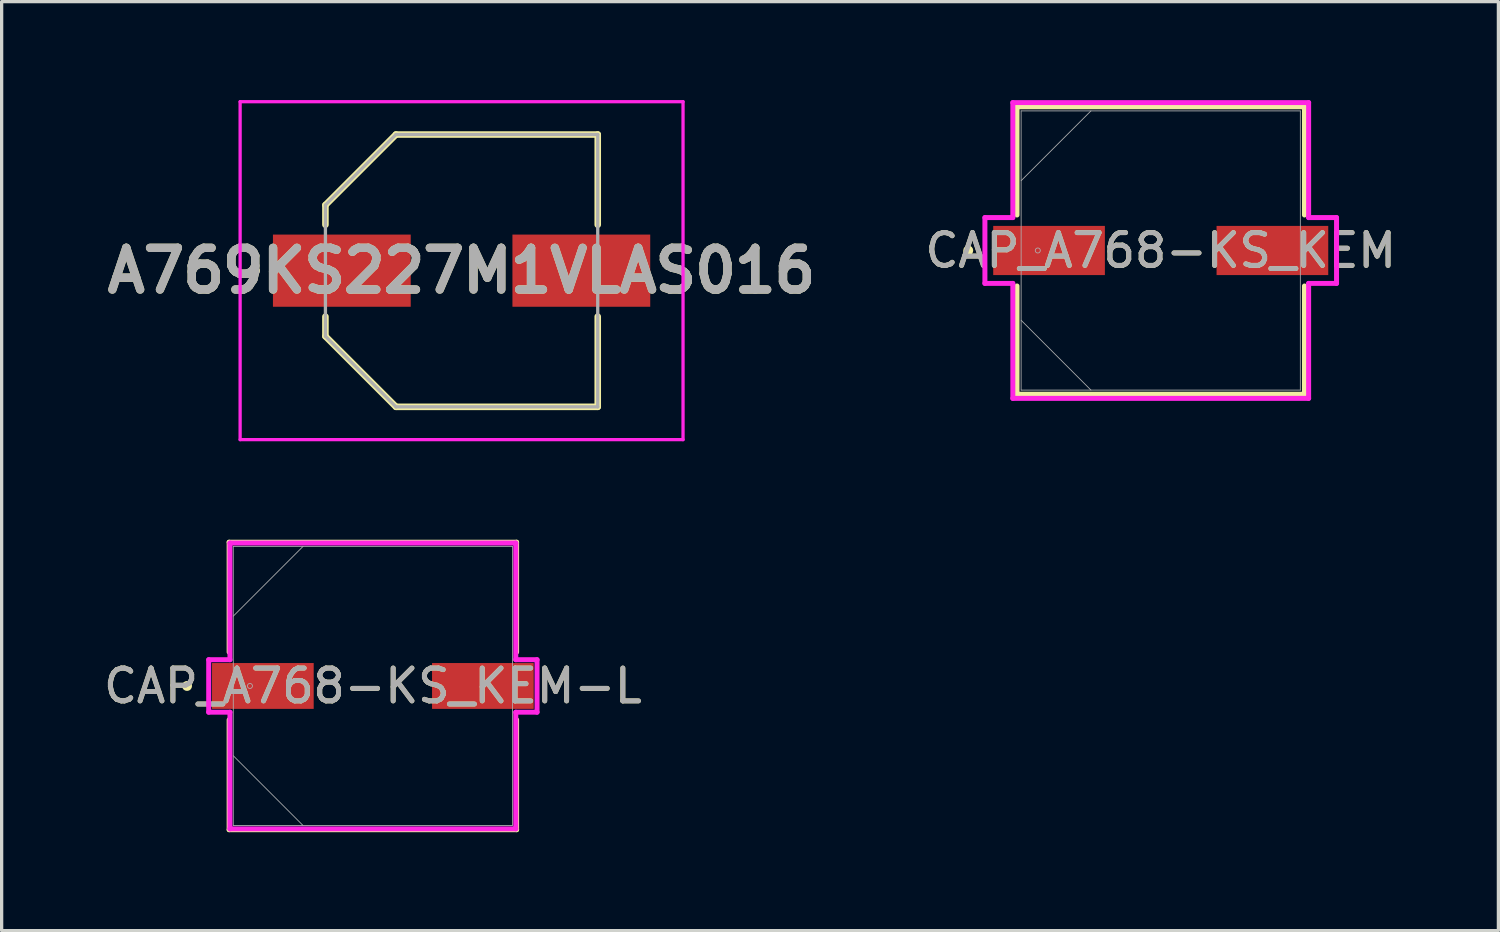
<source format=kicad_pcb>
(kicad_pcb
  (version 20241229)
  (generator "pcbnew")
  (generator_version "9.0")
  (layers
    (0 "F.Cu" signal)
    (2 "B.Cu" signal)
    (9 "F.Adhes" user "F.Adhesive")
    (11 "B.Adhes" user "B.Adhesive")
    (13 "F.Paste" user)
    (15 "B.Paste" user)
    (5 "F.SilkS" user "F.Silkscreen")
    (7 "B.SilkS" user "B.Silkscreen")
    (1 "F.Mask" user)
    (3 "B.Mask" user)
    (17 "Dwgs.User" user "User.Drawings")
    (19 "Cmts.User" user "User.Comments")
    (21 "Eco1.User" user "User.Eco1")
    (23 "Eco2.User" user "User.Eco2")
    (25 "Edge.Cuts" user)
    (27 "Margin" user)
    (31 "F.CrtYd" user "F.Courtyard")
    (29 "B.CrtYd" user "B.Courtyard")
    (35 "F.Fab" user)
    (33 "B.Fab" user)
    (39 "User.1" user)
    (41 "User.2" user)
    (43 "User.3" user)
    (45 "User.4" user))
  (footprint "CAP_A768-KS_KEM"
    (layer "F.Cu")
    (at 32.329 4.585)
    (property "Reference" "CAP_A768-KS_KEM" (at 0 0 0) (unlocked yes) (layer "F.SilkS") (effects (font (size 1 1) (thickness 0.15))))
    (attr smd)
    (fp_line (start -4.381 -4.381) (end -4.381 -1.082) (stroke (width 0.152) (type solid)) (layer "F.SilkS"))
    (fp_line (start -4.381 1.082) (end -4.381 4.381) (stroke (width 0.152) (type solid)) (layer "F.SilkS"))
    (fp_line (start -4.381 4.381) (end 4.381 4.381) (stroke (width 0.152) (type solid)) (layer "F.SilkS"))
    (fp_line (start 4.381 -4.381) (end -4.381 -4.381) (stroke (width 0.152) (type solid)) (layer "F.SilkS"))
    (fp_line (start 4.381 -1.082) (end 4.381 -4.381) (stroke (width 0.152) (type solid)) (layer "F.SilkS"))
    (fp_line (start 4.381 4.381) (end 4.381 1.082) (stroke (width 0.152) (type solid)) (layer "F.SilkS"))
    (fp_circle (center -5.867 0) (end -5.791 0) (stroke (width 0.152) (type solid)) (fill no) (layer "F.SilkS"))
    (fp_line (start -5.359 -1.003) (end -4.508 -1.003) (stroke (width 0.152) (type solid)) (layer "F.CrtYd"))
    (fp_line (start -5.359 1.003) (end -5.359 -1.003) (stroke (width 0.152) (type solid)) (layer "F.CrtYd"))
    (fp_line (start -4.508 -4.508) (end 4.508 -4.508) (stroke (width 0.152) (type solid)) (layer "F.CrtYd"))
    (fp_line (start -4.508 -1.003) (end -4.508 -4.508) (stroke (width 0.152) (type solid)) (layer "F.CrtYd"))
    (fp_line (start -4.508 1.003) (end -5.359 1.003) (stroke (width 0.152) (type solid)) (layer "F.CrtYd"))
    (fp_line (start -4.508 4.508) (end -4.508 1.003) (stroke (width 0.152) (type solid)) (layer "F.CrtYd"))
    (fp_line (start 4.508 -4.508) (end 4.508 -1.003) (stroke (width 0.152) (type solid)) (layer "F.CrtYd"))
    (fp_line (start 4.508 -1.003) (end 5.359 -1.003) (stroke (width 0.152) (type solid)) (layer "F.CrtYd"))
    (fp_line (start 4.508 1.003) (end 4.508 4.508) (stroke (width 0.152) (type solid)) (layer "F.CrtYd"))
    (fp_line (start 4.508 4.508) (end -4.508 4.508) (stroke (width 0.152) (type solid)) (layer "F.CrtYd"))
    (fp_line (start 5.359 -1.003) (end 5.359 1.003) (stroke (width 0.152) (type solid)) (layer "F.CrtYd"))
    (fp_line (start 5.359 1.003) (end 4.508 1.003) (stroke (width 0.152) (type solid)) (layer "F.CrtYd"))
    (fp_line (start -4.255 -4.255) (end -4.255 4.255) (stroke (width 0.025) (type solid)) (layer "F.Fab"))
    (fp_line (start -4.255 -2.127) (end -2.127 -4.255) (stroke (width 0.025) (type solid)) (layer "F.Fab"))
    (fp_line (start -4.255 2.127) (end -2.127 4.255) (stroke (width 0.025) (type solid)) (layer "F.Fab"))
    (fp_line (start -4.255 4.255) (end 4.255 4.255) (stroke (width 0.025) (type solid)) (layer "F.Fab"))
    (fp_line (start 4.255 -4.255) (end -4.255 -4.255) (stroke (width 0.025) (type solid)) (layer "F.Fab"))
    (fp_line (start 4.255 4.255) (end 4.255 -4.255) (stroke (width 0.025) (type solid)) (layer "F.Fab"))
    (fp_circle (center -3.747 0) (end -3.67 0) (stroke (width 0.025) (type solid)) (fill no) (layer "F.Fab"))
    (fp_text user "${REFERENCE}" (at 0 0 0) (unlocked yes) (layer "F.Fab") (effects (font (size 1 1) (thickness 0.15))))
    (pad "1" smd rect (at -3.404 0) (size 3.404 1.499) (layers "F.Cu" "F.Mask" "F.Paste"))
    (pad "2" smd rect (at 3.404 0) (size 3.404 1.499) (layers "F.Cu" "F.Mask" "F.Paste"))
    (zone (net_name "") (layer "F.Cu") (hatch full 0.508) (connect_pads) (min_thickness 0.254) (filled_areas_thickness no) (keepout (tracks not_allowed) (vias not_allowed) (pads allowed) (copperpour not_allowed) (footprints allowed)) (placement (enabled no)) (fill) (polygon (pts (xy 28.125 0.381) (xy 36.533 0.381) (xy 36.533 3.785) (xy 28.125 3.785))))
    (zone (net_name "") (layer "F.Cu") (hatch full 0.508) (connect_pads) (min_thickness 0.254) (filled_areas_thickness no) (keepout (tracks not_allowed) (vias not_allowed) (pads allowed) (copperpour not_allowed) (footprints allowed)) (placement (enabled no)) (fill) (polygon (pts (xy 28.125 5.385) (xy 36.533 5.385) (xy 36.533 8.788) (xy 28.125 8.788))))
    (zone (net_name "") (layer "F.Cu") (hatch full 0.508) (connect_pads) (min_thickness 0.254) (filled_areas_thickness no) (keepout (tracks not_allowed) (vias not_allowed) (pads allowed) (copperpour not_allowed) (footprints allowed)) (placement (enabled no)) (fill) (polygon (pts (xy 30.678 3.785) (xy 33.98 3.785) (xy 33.98 5.385) (xy 30.678 5.385)))))
  (footprint "A769KS227M1VLAS016"
    (layer "F.Cu")
    (at 11.019 5.2)
    (property "Reference" "A769KS227M1VLAS016" (at 0 0 0) (layer "F.SilkS") (effects (font (size 1.27 1.27) (thickness 0.254))))
    (attr smd)
    (fp_line (start -6.3 0) (end -6.3 0) (stroke (width 0.1) (type solid)) (layer "F.SilkS"))
    (fp_line (start -6.2 0) (end -6.2 0) (stroke (width 0.1) (type solid)) (layer "F.SilkS"))
    (fp_line (start -4.15 -2) (end -4.15 -1.4) (stroke (width 0.2) (type solid)) (layer "F.SilkS"))
    (fp_line (start -4.15 2) (end -4.15 1.4) (stroke (width 0.2) (type solid)) (layer "F.SilkS"))
    (fp_line (start -2 -4.15) (end -4.15 -2) (stroke (width 0.2) (type solid)) (layer "F.SilkS"))
    (fp_line (start -2 4.15) (end -4.15 2) (stroke (width 0.2) (type solid)) (layer "F.SilkS"))
    (fp_line (start 4.15 -4.15) (end -2 -4.15) (stroke (width 0.2) (type solid)) (layer "F.SilkS"))
    (fp_line (start 4.15 -1.4) (end 4.15 -4.15) (stroke (width 0.2) (type solid)) (layer "F.SilkS"))
    (fp_line (start 4.15 1.4) (end 4.15 4.15) (stroke (width 0.2) (type solid)) (layer "F.SilkS"))
    (fp_line (start 4.15 4.15) (end -2 4.15) (stroke (width 0.2) (type solid)) (layer "F.SilkS"))
    (fp_arc (start -6.3 0) (mid -6.25 -0.05) (end -6.2 0) (stroke (width 0.1) (type solid)) (layer "F.SilkS"))
    (fp_arc (start -6.2 0) (mid -6.25 0.05) (end -6.3 0) (stroke (width 0.1) (type solid)) (layer "F.SilkS"))
    (fp_line (start -6.75 -5.15) (end 6.75 -5.15) (stroke (width 0.1) (type solid)) (layer "F.CrtYd"))
    (fp_line (start -6.75 5.15) (end -6.75 -5.15) (stroke (width 0.1) (type solid)) (layer "F.CrtYd"))
    (fp_line (start 6.75 -5.15) (end 6.75 5.15) (stroke (width 0.1) (type solid)) (layer "F.CrtYd"))
    (fp_line (start 6.75 5.15) (end -6.75 5.15) (stroke (width 0.1) (type solid)) (layer "F.CrtYd"))
    (fp_line (start -4.15 -2) (end -2 -4.15) (stroke (width 0.1) (type solid)) (layer "F.Fab"))
    (fp_line (start -4.15 2) (end -4.15 -2) (stroke (width 0.1) (type solid)) (layer "F.Fab"))
    (fp_line (start -2 -4.15) (end 4.15 -4.15) (stroke (width 0.1) (type solid)) (layer "F.Fab"))
    (fp_line (start -2 4.15) (end -4.15 2) (stroke (width 0.1) (type solid)) (layer "F.Fab"))
    (fp_line (start 4.15 -4.15) (end 4.15 4.15) (stroke (width 0.1) (type solid)) (layer "F.Fab"))
    (fp_line (start 4.15 4.15) (end -2 4.15) (stroke (width 0.1) (type solid)) (layer "F.Fab"))
    (fp_text user "${REFERENCE}" (at 0 0 0) (layer "F.Fab") (effects (font (size 1.27 1.27) (thickness 0.254))))
    (pad "1" smd rect (at -3.65 0 90) (size 2.2 4.2) (layers "F.Cu" "F.Mask" "F.Paste"))
    (pad "2" smd rect (at 3.65 0 90) (size 2.2 4.2) (layers "F.Cu" "F.Mask" "F.Paste")))
  (footprint "CAP_A768-KS_KEM-L"
    (layer "F.Cu")
    (at 8.315 17.858)
    (property "Reference" "CAP_A768-KS_KEM-L" (at 0 0 0) (unlocked yes) (layer "F.SilkS") (effects (font (size 1 1) (thickness 0.15))))
    (attr smd)
    (fp_line (start -4.381 -4.381) (end -4.381 -1.031) (stroke (width 0.152) (type solid)) (layer "F.SilkS"))
    (fp_line (start -4.381 1.031) (end -4.381 4.381) (stroke (width 0.152) (type solid)) (layer "F.SilkS"))
    (fp_line (start -4.381 4.381) (end 4.381 4.381) (stroke (width 0.152) (type solid)) (layer "F.SilkS"))
    (fp_line (start 4.381 -4.381) (end -4.381 -4.381) (stroke (width 0.152) (type solid)) (layer "F.SilkS"))
    (fp_line (start 4.381 -1.031) (end 4.381 -4.381) (stroke (width 0.152) (type solid)) (layer "F.SilkS"))
    (fp_line (start 4.381 4.381) (end 4.381 1.031) (stroke (width 0.152) (type solid)) (layer "F.SilkS"))
    (fp_circle (center -5.664 0) (end -5.588 0) (stroke (width 0.152) (type solid)) (fill no) (layer "F.SilkS"))
    (fp_line (start -5.004 -0.8) (end -4.356 -0.8) (stroke (width 0.152) (type solid)) (layer "F.CrtYd"))
    (fp_line (start -5.004 0.8) (end -5.004 -0.8) (stroke (width 0.152) (type solid)) (layer "F.CrtYd"))
    (fp_line (start -4.356 -4.356) (end 4.356 -4.356) (stroke (width 0.152) (type solid)) (layer "F.CrtYd"))
    (fp_line (start -4.356 -0.8) (end -4.356 -4.356) (stroke (width 0.152) (type solid)) (layer "F.CrtYd"))
    (fp_line (start -4.356 0.8) (end -5.004 0.8) (stroke (width 0.152) (type solid)) (layer "F.CrtYd"))
    (fp_line (start -4.356 4.356) (end -4.356 0.8) (stroke (width 0.152) (type solid)) (layer "F.CrtYd"))
    (fp_line (start 4.356 -4.356) (end 4.356 -0.8) (stroke (width 0.152) (type solid)) (layer "F.CrtYd"))
    (fp_line (start 4.356 -0.8) (end 5.004 -0.8) (stroke (width 0.152) (type solid)) (layer "F.CrtYd"))
    (fp_line (start 4.356 0.8) (end 4.356 4.356) (stroke (width 0.152) (type solid)) (layer "F.CrtYd"))
    (fp_line (start 4.356 4.356) (end -4.356 4.356) (stroke (width 0.152) (type solid)) (layer "F.CrtYd"))
    (fp_line (start 5.004 -0.8) (end 5.004 0.8) (stroke (width 0.152) (type solid)) (layer "F.CrtYd"))
    (fp_line (start 5.004 0.8) (end 4.356 0.8) (stroke (width 0.152) (type solid)) (layer "F.CrtYd"))
    (fp_line (start -4.255 -4.255) (end -4.255 4.255) (stroke (width 0.025) (type solid)) (layer "F.Fab"))
    (fp_line (start -4.255 -2.127) (end -2.127 -4.255) (stroke (width 0.025) (type solid)) (layer "F.Fab"))
    (fp_line (start -4.255 2.127) (end -2.127 4.255) (stroke (width 0.025) (type solid)) (layer "F.Fab"))
    (fp_line (start -4.255 4.255) (end 4.255 4.255) (stroke (width 0.025) (type solid)) (layer "F.Fab"))
    (fp_line (start 4.255 -4.255) (end -4.255 -4.255) (stroke (width 0.025) (type solid)) (layer "F.Fab"))
    (fp_line (start 4.255 4.255) (end 4.255 -4.255) (stroke (width 0.025) (type solid)) (layer "F.Fab"))
    (fp_circle (center -3.747 0) (end -3.67 0) (stroke (width 0.025) (type solid)) (fill no) (layer "F.Fab"))
    (fp_text user "${REFERENCE}" (at 0 0 0) (unlocked yes) (layer "F.Fab") (effects (font (size 1 1) (thickness 0.15))))
    (pad "1" smd rect (at -3.353 0) (size 3.099 1.397) (layers "F.Cu" "F.Mask" "F.Paste"))
    (pad "2" smd rect (at 3.353 0) (size 3.099 1.397) (layers "F.Cu" "F.Mask" "F.Paste"))
    (zone (net_name "") (layer "F.Cu") (hatch full 0.508) (connect_pads) (min_thickness 0.254) (filled_areas_thickness no) (keepout (tracks not_allowed) (vias not_allowed) (pads allowed) (copperpour not_allowed) (footprints allowed)) (placement (enabled no)) (fill) (polygon (pts (xy 4.112 13.654) (xy 12.519 13.654) (xy 12.519 17.108) (xy 4.112 17.108))))
    (zone (net_name "") (layer "F.Cu") (hatch full 0.508) (connect_pads) (min_thickness 0.254) (filled_areas_thickness no) (keepout (tracks not_allowed) (vias not_allowed) (pads allowed) (copperpour not_allowed) (footprints allowed)) (placement (enabled no)) (fill) (polygon (pts (xy 4.112 18.607) (xy 12.519 18.607) (xy 12.519 22.061) (xy 4.112 22.061))))
    (zone (net_name "") (layer "F.Cu") (hatch full 0.508) (connect_pads) (min_thickness 0.254) (filled_areas_thickness no) (keepout (tracks not_allowed) (vias not_allowed) (pads allowed) (copperpour not_allowed) (footprints allowed)) (placement (enabled no)) (fill) (polygon (pts (xy 6.563 17.108) (xy 10.068 17.108) (xy 10.068 18.607) (xy 6.563 18.607)))))
  (gr_rect
    (start -3 -3)
    (end 42.621 25.315)
    (stroke (width 0.1) (type default))
    (fill no)
    (layer "Edge.Cuts")))
</source>
